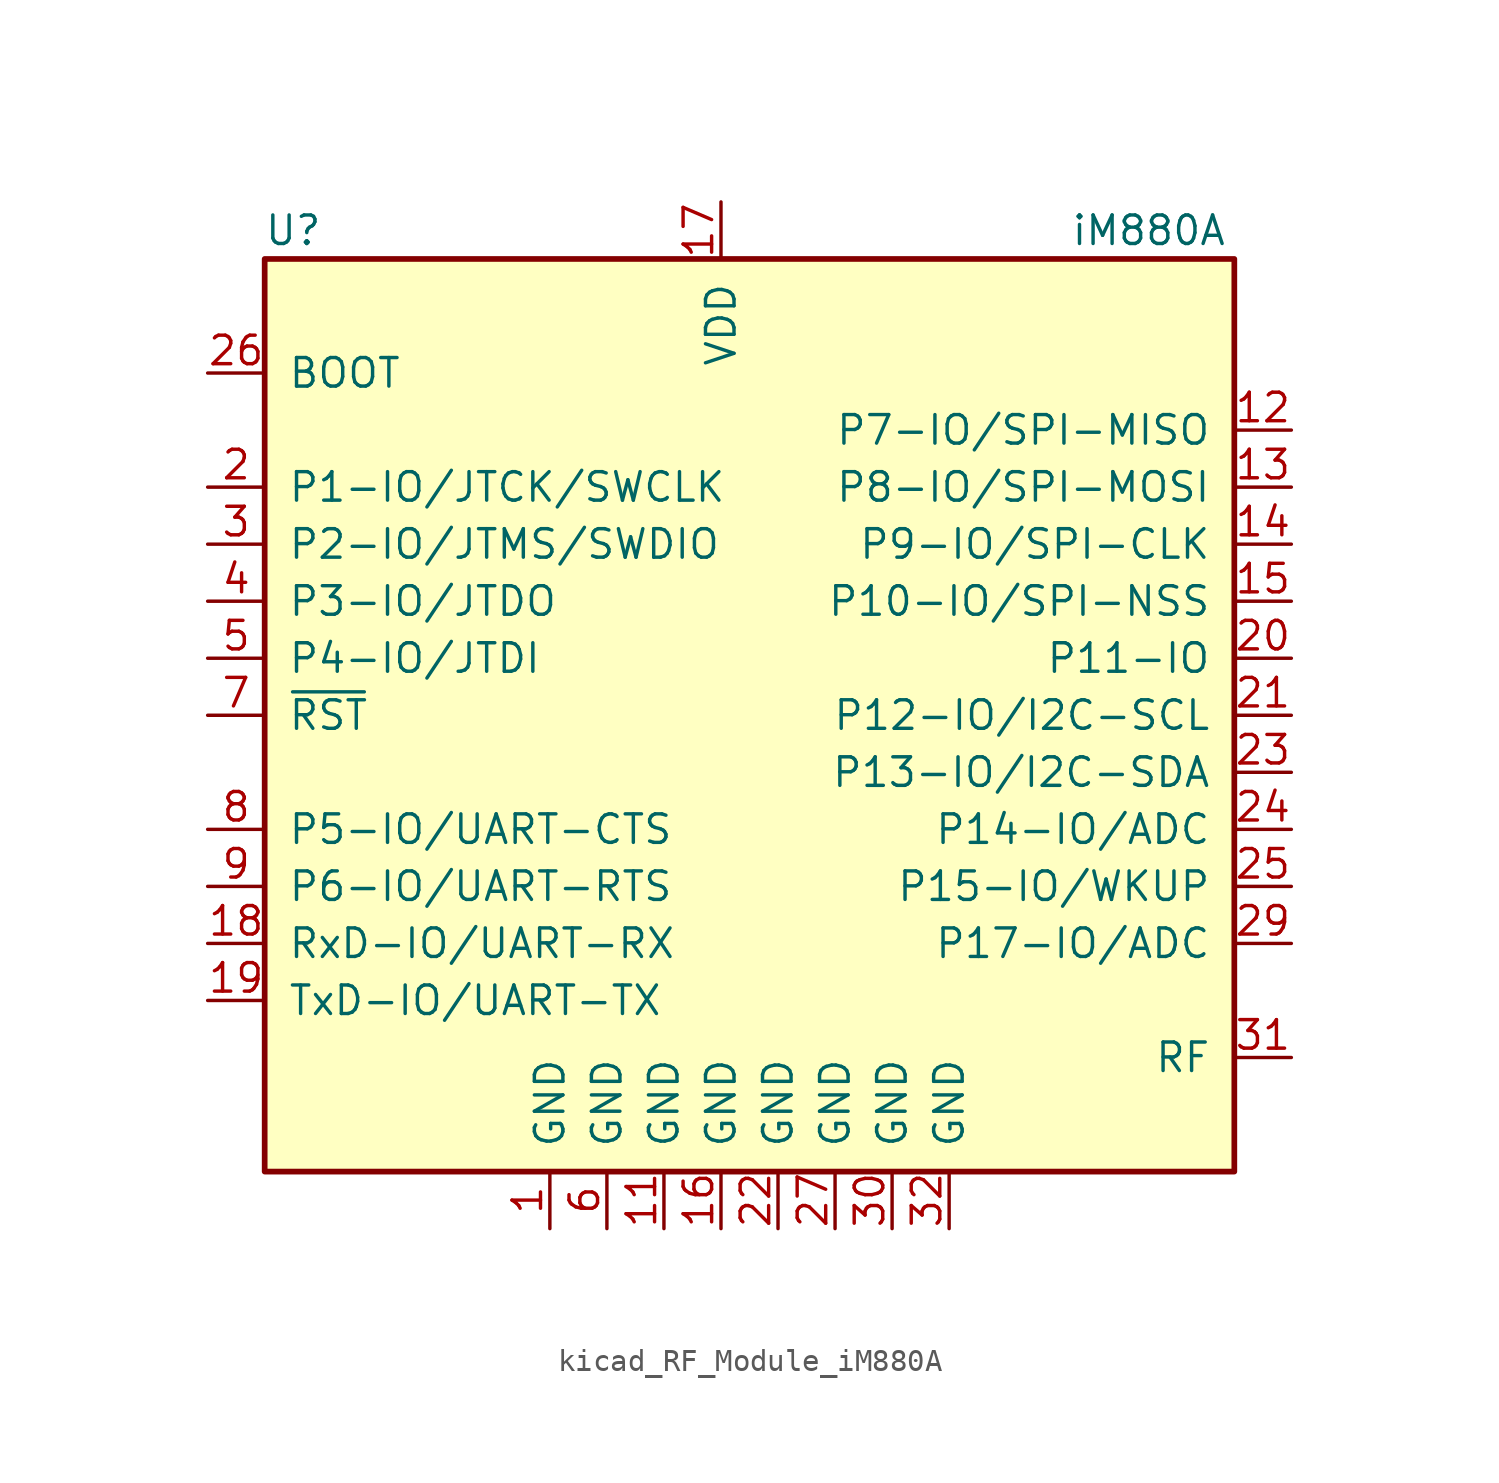
<source format=kicad_sym>
(kicad_symbol_lib
  (version 20220914)
  (generator kicad_symbol_editor)
  (symbol "kicad_RF_Module_iM880A"
    (pin_names
      (offset 1.016))
    (property "Reference" "U"
      (at -19.05 21.59 0)
      (effects (font (size 1.27 1.27))))
    (property "Value" "iM880A"
      (at 19.05 21.59 0)
      (effects (font (size 1.27 1.27))))
    (symbol "kicad_RF_Module_iM880A_0_1"
      (rectangle (start -20.32 20.32) (end 22.86 -20.32) (stroke (width 0.254) (type default)) (fill (type background))))
    (symbol "kicad_RF_Module_iM880A_1_1"
      (pin power_in line (at -7.62 -22.86 90) (length 2.54) (name "GND" (effects (font (size 1.27 1.27)))) (number "1" (effects (font (size 1.27 1.27)))))
      (pin no_connect line (at 5.08 20.32 270) (length 2.54) hide (name "NC" (effects (font (size 1.27 1.27)))) (number "10" (effects (font (size 1.27 1.27)))))
      (pin power_in line (at -2.54 -22.86 90) (length 2.54) (name "GND" (effects (font (size 1.27 1.27)))) (number "11" (effects (font (size 1.27 1.27)))))
      (pin bidirectional line (at 25.4 12.7 180) (length 2.54) (name "P7-IO/SPI-MISO" (effects (font (size 1.27 1.27)))) (number "12" (effects (font (size 1.27 1.27)))))
      (pin bidirectional line (at 25.4 10.16 180) (length 2.54) (name "P8-IO/SPI-MOSI" (effects (font (size 1.27 1.27)))) (number "13" (effects (font (size 1.27 1.27)))))
      (pin bidirectional line (at 25.4 7.62 180) (length 2.54) (name "P9-IO/SPI-CLK" (effects (font (size 1.27 1.27)))) (number "14" (effects (font (size 1.27 1.27)))))
      (pin bidirectional line (at 25.4 5.08 180) (length 2.54) (name "P10-IO/SPI-NSS" (effects (font (size 1.27 1.27)))) (number "15" (effects (font (size 1.27 1.27)))))
      (pin power_in line (at 0 -22.86 90) (length 2.54) (name "GND" (effects (font (size 1.27 1.27)))) (number "16" (effects (font (size 1.27 1.27)))))
      (pin power_in line (at 0 22.86 270) (length 2.54) (name "VDD" (effects (font (size 1.27 1.27)))) (number "17" (effects (font (size 1.27 1.27)))))
      (pin bidirectional line (at -22.86 -10.16 0) (length 2.54) (name "RxD-IO/UART-RX" (effects (font (size 1.27 1.27)))) (number "18" (effects (font (size 1.27 1.27)))))
      (pin bidirectional line (at -22.86 -12.7 0) (length 2.54) (name "TxD-IO/UART-TX" (effects (font (size 1.27 1.27)))) (number "19" (effects (font (size 1.27 1.27)))))
      (pin bidirectional line (at -22.86 10.16 0) (length 2.54) (name "P1-IO/JTCK/SWCLK" (effects (font (size 1.27 1.27)))) (number "2" (effects (font (size 1.27 1.27)))))
      (pin bidirectional line (at 25.4 2.54 180) (length 2.54) (name "P11-IO" (effects (font (size 1.27 1.27)))) (number "20" (effects (font (size 1.27 1.27)))))
      (pin bidirectional line (at 25.4 0 180) (length 2.54) (name "P12-IO/I2C-SCL" (effects (font (size 1.27 1.27)))) (number "21" (effects (font (size 1.27 1.27)))))
      (pin power_in line (at 2.54 -22.86 90) (length 2.54) (name "GND" (effects (font (size 1.27 1.27)))) (number "22" (effects (font (size 1.27 1.27)))))
      (pin bidirectional line (at 25.4 -2.54 180) (length 2.54) (name "P13-IO/I2C-SDA" (effects (font (size 1.27 1.27)))) (number "23" (effects (font (size 1.27 1.27)))))
      (pin bidirectional line (at 25.4 -5.08 180) (length 2.54) (name "P14-IO/ADC" (effects (font (size 1.27 1.27)))) (number "24" (effects (font (size 1.27 1.27)))))
      (pin bidirectional line (at 25.4 -7.62 180) (length 2.54) (name "P15-IO/WKUP" (effects (font (size 1.27 1.27)))) (number "25" (effects (font (size 1.27 1.27)))))
      (pin input line (at -22.86 15.24 0) (length 2.54) (name "BOOT" (effects (font (size 1.27 1.27)))) (number "26" (effects (font (size 1.27 1.27)))))
      (pin power_in line (at 5.08 -22.86 90) (length 2.54) (name "GND" (effects (font (size 1.27 1.27)))) (number "27" (effects (font (size 1.27 1.27)))))
      (pin no_connect line (at 7.62 20.32 270) (length 2.54) hide (name "NC" (effects (font (size 1.27 1.27)))) (number "28" (effects (font (size 1.27 1.27)))))
      (pin bidirectional line (at 25.4 -10.16 180) (length 2.54) (name "P17-IO/ADC" (effects (font (size 1.27 1.27)))) (number "29" (effects (font (size 1.27 1.27)))))
      (pin bidirectional line (at -22.86 7.62 0) (length 2.54) (name "P2-IO/JTMS/SWDIO" (effects (font (size 1.27 1.27)))) (number "3" (effects (font (size 1.27 1.27)))))
      (pin power_in line (at 7.62 -22.86 90) (length 2.54) (name "GND" (effects (font (size 1.27 1.27)))) (number "30" (effects (font (size 1.27 1.27)))))
      (pin bidirectional line (at 25.4 -15.24 180) (length 2.54) (name "RF" (effects (font (size 1.27 1.27)))) (number "31" (effects (font (size 1.27 1.27)))))
      (pin power_in line (at 10.16 -22.86 90) (length 2.54) (name "GND" (effects (font (size 1.27 1.27)))) (number "32" (effects (font (size 1.27 1.27)))))
      (pin bidirectional line (at -22.86 5.08 0) (length 2.54) (name "P3-IO/JTDO" (effects (font (size 1.27 1.27)))) (number "4" (effects (font (size 1.27 1.27)))))
      (pin bidirectional line (at -22.86 2.54 0) (length 2.54) (name "P4-IO/JTDI" (effects (font (size 1.27 1.27)))) (number "5" (effects (font (size 1.27 1.27)))))
      (pin power_in line (at -5.08 -22.86 90) (length 2.54) (name "GND" (effects (font (size 1.27 1.27)))) (number "6" (effects (font (size 1.27 1.27)))))
      (pin input line (at -22.86 0 0) (length 2.54) (name "~{RST}" (effects (font (size 1.27 1.27)))) (number "7" (effects (font (size 1.27 1.27)))))
      (pin bidirectional line (at -22.86 -5.08 0) (length 2.54) (name "P5-IO/UART-CTS" (effects (font (size 1.27 1.27)))) (number "8" (effects (font (size 1.27 1.27)))))
      (pin bidirectional line (at -22.86 -7.62 0) (length 2.54) (name "P6-IO/UART-RTS" (effects (font (size 1.27 1.27)))) (number "9" (effects (font (size 1.27 1.27))))))))
</source>
